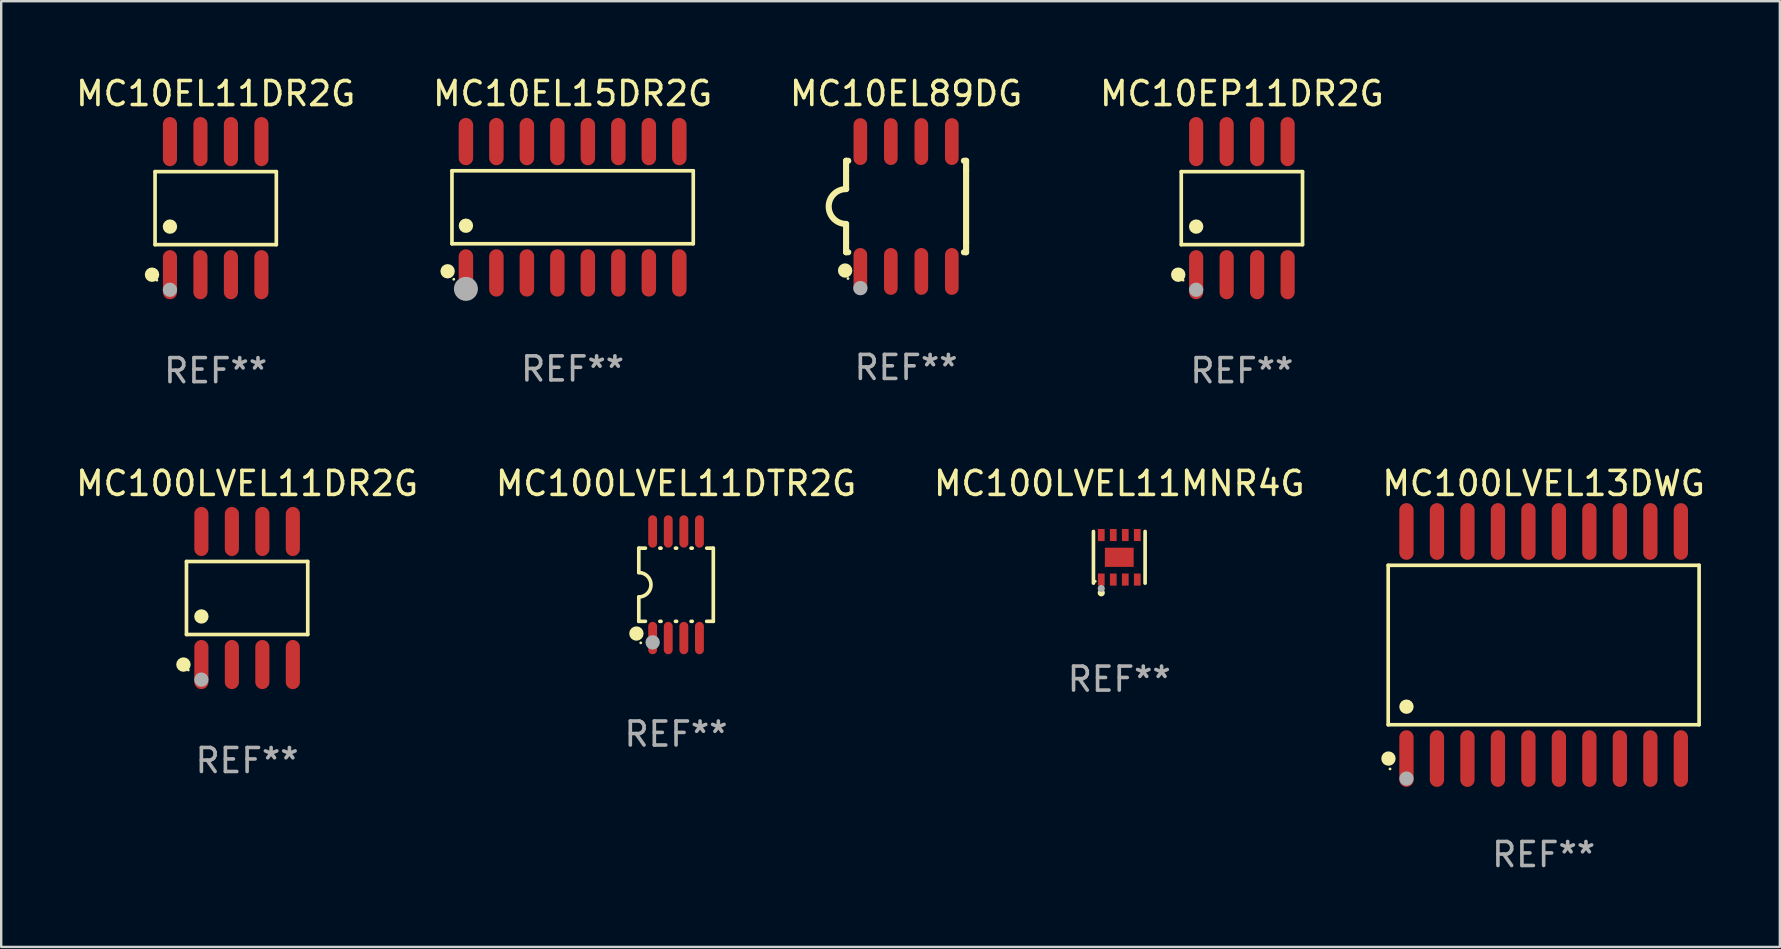
<source format=kicad_pcb>
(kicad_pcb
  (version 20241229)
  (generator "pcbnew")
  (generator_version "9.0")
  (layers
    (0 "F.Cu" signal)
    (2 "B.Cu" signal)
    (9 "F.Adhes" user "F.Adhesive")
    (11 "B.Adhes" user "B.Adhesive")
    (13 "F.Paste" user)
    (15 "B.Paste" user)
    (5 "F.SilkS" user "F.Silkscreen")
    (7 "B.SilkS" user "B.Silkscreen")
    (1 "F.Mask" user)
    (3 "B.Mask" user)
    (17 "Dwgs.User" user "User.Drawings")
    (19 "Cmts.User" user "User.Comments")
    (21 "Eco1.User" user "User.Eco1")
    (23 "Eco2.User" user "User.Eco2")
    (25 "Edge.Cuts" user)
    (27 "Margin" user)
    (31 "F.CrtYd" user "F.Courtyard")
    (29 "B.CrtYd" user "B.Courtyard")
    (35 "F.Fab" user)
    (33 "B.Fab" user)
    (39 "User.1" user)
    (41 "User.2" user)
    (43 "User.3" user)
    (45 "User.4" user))
  (footprint "MC10EP11DR2G"
    (layer "F.Cu")
    (at 48.685 5.621)
    (property "Reference" "MC10EP11DR2G" (at 0 -4.772 0) (layer "F.SilkS") (effects (font (size 1 1) (thickness 0.15))))
    (attr through_hole)
    (fp_line (start -2.526 -1.521) (end 2.526 -1.521) (stroke (width 0.152) (type solid)) (layer "F.SilkS"))
    (fp_line (start -2.526 1.521) (end -2.526 -1.521) (stroke (width 0.152) (type solid)) (layer "F.SilkS"))
    (fp_line (start 2.526 -1.521) (end 2.526 1.521) (stroke (width 0.152) (type solid)) (layer "F.SilkS"))
    (fp_line (start 2.526 1.521) (end -2.526 1.521) (stroke (width 0.152) (type solid)) (layer "F.SilkS"))
    (fp_circle (center -2.652 2.772) (end -2.501 2.772) (stroke (width 0.3) (type solid)) (fill no) (layer "F.SilkS"))
    (fp_circle (center -2.45 3) (end -2.42 3) (stroke (width 0.06) (type solid)) (fill no) (layer "F.SilkS"))
    (fp_circle (center -1.905 0.769) (end -1.755 0.769) (stroke (width 0.3) (type solid)) (fill no) (layer "F.SilkS"))
    (fp_circle (center -1.905 3.4) (end -1.755 3.4) (stroke (width 0.3) (type solid)) (fill no) (layer "F.Fab"))
    (fp_text user "REF**" (at 0 6.772 0) (layer "F.Fab") (effects (font (size 1 1) (thickness 0.15))))
    (pad "1" smd oval (at -1.905 2.772) (size 0.588 2.045) (layers "F.Cu" "F.Mask" "F.Paste"))
    (pad "2" smd oval (at -0.635 2.772) (size 0.588 2.045) (layers "F.Cu" "F.Mask" "F.Paste"))
    (pad "3" smd oval (at 0.635 2.772) (size 0.588 2.045) (layers "F.Cu" "F.Mask" "F.Paste"))
    (pad "4" smd oval (at 1.905 2.772) (size 0.588 2.045) (layers "F.Cu" "F.Mask" "F.Paste"))
    (pad "5" smd oval (at 1.905 -2.772) (size 0.588 2.045) (layers "F.Cu" "F.Mask" "F.Paste"))
    (pad "6" smd oval (at 0.635 -2.772) (size 0.588 2.045) (layers "F.Cu" "F.Mask" "F.Paste"))
    (pad "7" smd oval (at -0.635 -2.772) (size 0.588 2.045) (layers "F.Cu" "F.Mask" "F.Paste"))
    (pad "8" smd oval (at -1.905 -2.772) (size 0.588 2.045) (layers "F.Cu" "F.Mask" "F.Paste")))
  (footprint "MC10EL11DR2G"
    (layer "F.Cu")
    (at 5.935 5.621)
    (property "Reference" "MC10EL11DR2G" (at 0 -4.772 0) (layer "F.SilkS") (effects (font (size 1 1) (thickness 0.15))))
    (attr through_hole)
    (fp_line (start -2.526 -1.521) (end 2.526 -1.521) (stroke (width 0.152) (type solid)) (layer "F.SilkS"))
    (fp_line (start -2.526 1.521) (end -2.526 -1.521) (stroke (width 0.152) (type solid)) (layer "F.SilkS"))
    (fp_line (start 2.526 -1.521) (end 2.526 1.521) (stroke (width 0.152) (type solid)) (layer "F.SilkS"))
    (fp_line (start 2.526 1.521) (end -2.526 1.521) (stroke (width 0.152) (type solid)) (layer "F.SilkS"))
    (fp_circle (center -2.652 2.772) (end -2.501 2.772) (stroke (width 0.3) (type solid)) (fill no) (layer "F.SilkS"))
    (fp_circle (center -2.45 3) (end -2.42 3) (stroke (width 0.06) (type solid)) (fill no) (layer "F.SilkS"))
    (fp_circle (center -1.905 0.769) (end -1.755 0.769) (stroke (width 0.3) (type solid)) (fill no) (layer "F.SilkS"))
    (fp_circle (center -1.905 3.4) (end -1.755 3.4) (stroke (width 0.3) (type solid)) (fill no) (layer "F.Fab"))
    (fp_text user "REF**" (at 0 6.772 0) (layer "F.Fab") (effects (font (size 1 1) (thickness 0.15))))
    (pad "1" smd oval (at -1.905 2.772) (size 0.588 2.045) (layers "F.Cu" "F.Mask" "F.Paste"))
    (pad "2" smd oval (at -0.635 2.772) (size 0.588 2.045) (layers "F.Cu" "F.Mask" "F.Paste"))
    (pad "3" smd oval (at 0.635 2.772) (size 0.588 2.045) (layers "F.Cu" "F.Mask" "F.Paste"))
    (pad "4" smd oval (at 1.905 2.772) (size 0.588 2.045) (layers "F.Cu" "F.Mask" "F.Paste"))
    (pad "5" smd oval (at 1.905 -2.772) (size 0.588 2.045) (layers "F.Cu" "F.Mask" "F.Paste"))
    (pad "6" smd oval (at 0.635 -2.772) (size 0.588 2.045) (layers "F.Cu" "F.Mask" "F.Paste"))
    (pad "7" smd oval (at -0.635 -2.772) (size 0.588 2.045) (layers "F.Cu" "F.Mask" "F.Paste"))
    (pad "8" smd oval (at -1.905 -2.772) (size 0.588 2.045) (layers "F.Cu" "F.Mask" "F.Paste")))
  (footprint "MC10EL15DR2G"
    (layer "F.Cu")
    (at 20.804 5.584)
    (property "Reference" "MC10EL15DR2G" (at 0 -4.736 0) (layer "F.SilkS") (effects (font (size 1 1) (thickness 0.15))))
    (attr through_hole)
    (fp_line (start -5.026 -1.521) (end 5.026 -1.521) (stroke (width 0.152) (type solid)) (layer "F.SilkS"))
    (fp_line (start -5.026 1.521) (end -5.026 -1.521) (stroke (width 0.152) (type solid)) (layer "F.SilkS"))
    (fp_line (start 5.026 -1.521) (end 5.026 1.521) (stroke (width 0.152) (type solid)) (layer "F.SilkS"))
    (fp_line (start 5.026 1.521) (end -5.026 1.521) (stroke (width 0.152) (type solid)) (layer "F.SilkS"))
    (fp_circle (center -5.207 2.667) (end -5.057 2.667) (stroke (width 0.3) (type solid)) (fill no) (layer "F.SilkS"))
    (fp_circle (center -4.95 3) (end -4.92 3) (stroke (width 0.06) (type solid)) (fill no) (layer "F.SilkS"))
    (fp_circle (center -4.445 0.769) (end -4.295 0.769) (stroke (width 0.3) (type solid)) (fill no) (layer "F.SilkS"))
    (fp_circle (center -4.445 3.4) (end -4.195 3.4) (stroke (width 0.5) (type solid)) (fill no) (layer "F.Fab"))
    (fp_text user "REF**" (at 0 6.736 0) (layer "F.Fab") (effects (font (size 1 1) (thickness 0.15))))
    (pad "1" smd oval (at -4.445 2.736) (size 0.602 1.971) (layers "F.Cu" "F.Mask" "F.Paste"))
    (pad "2" smd oval (at -3.175 2.736) (size 0.602 1.971) (layers "F.Cu" "F.Mask" "F.Paste"))
    (pad "3" smd oval (at -1.905 2.736) (size 0.602 1.971) (layers "F.Cu" "F.Mask" "F.Paste"))
    (pad "4" smd oval (at -0.635 2.736) (size 0.602 1.971) (layers "F.Cu" "F.Mask" "F.Paste"))
    (pad "5" smd oval (at 0.635 2.736) (size 0.602 1.971) (layers "F.Cu" "F.Mask" "F.Paste"))
    (pad "6" smd oval (at 1.905 2.736) (size 0.602 1.971) (layers "F.Cu" "F.Mask" "F.Paste"))
    (pad "7" smd oval (at 3.175 2.736) (size 0.602 1.971) (layers "F.Cu" "F.Mask" "F.Paste"))
    (pad "8" smd oval (at 4.445 2.736) (size 0.602 1.971) (layers "F.Cu" "F.Mask" "F.Paste"))
    (pad "9" smd oval (at 4.445 -2.736) (size 0.602 1.971) (layers "F.Cu" "F.Mask" "F.Paste"))
    (pad "10" smd oval (at 3.175 -2.736) (size 0.602 1.971) (layers "F.Cu" "F.Mask" "F.Paste"))
    (pad "11" smd oval (at 1.905 -2.736) (size 0.602 1.971) (layers "F.Cu" "F.Mask" "F.Paste"))
    (pad "12" smd oval (at 0.635 -2.736) (size 0.602 1.971) (layers "F.Cu" "F.Mask" "F.Paste"))
    (pad "13" smd oval (at -0.635 -2.736) (size 0.602 1.971) (layers "F.Cu" "F.Mask" "F.Paste"))
    (pad "14" smd oval (at -1.905 -2.736) (size 0.602 1.971) (layers "F.Cu" "F.Mask" "F.Paste"))
    (pad "15" smd oval (at -3.175 -2.736) (size 0.602 1.971) (layers "F.Cu" "F.Mask" "F.Paste"))
    (pad "16" smd oval (at -4.445 -2.736) (size 0.602 1.971) (layers "F.Cu" "F.Mask" "F.Paste")))
  (footprint "MC100LVEL13DWG"
    (layer "F.Cu")
    (at 61.256 23.82)
    (property "Reference" "MC100LVEL13DWG" (at 0 -6.73 0) (layer "F.SilkS") (effects (font (size 1 1) (thickness 0.15))))
    (attr through_hole)
    (fp_line (start -6.476 -3.321) (end 6.476 -3.321) (stroke (width 0.152) (type solid)) (layer "F.SilkS"))
    (fp_line (start -6.476 3.321) (end -6.476 -3.321) (stroke (width 0.152) (type solid)) (layer "F.SilkS"))
    (fp_line (start 6.476 -3.321) (end 6.476 3.321) (stroke (width 0.152) (type solid)) (layer "F.SilkS"))
    (fp_line (start 6.476 3.321) (end -6.476 3.321) (stroke (width 0.152) (type solid)) (layer "F.SilkS"))
    (fp_circle (center -6.465 4.73) (end -6.315 4.73) (stroke (width 0.3) (type solid)) (fill no) (layer "F.SilkS"))
    (fp_circle (center -6.4 5.163) (end -6.37 5.163) (stroke (width 0.06) (type solid)) (fill no) (layer "F.SilkS"))
    (fp_circle (center -5.715 2.569) (end -5.565 2.569) (stroke (width 0.3) (type solid)) (fill no) (layer "F.SilkS"))
    (fp_circle (center -5.715 5.563) (end -5.565 5.563) (stroke (width 0.3) (type solid)) (fill no) (layer "F.Fab"))
    (fp_text user "REF**" (at 0 8.73 0) (layer "F.Fab") (effects (font (size 1 1) (thickness 0.15))))
    (pad "1" smd oval (at -5.715 4.73) (size 0.595 2.36) (layers "F.Cu" "F.Mask" "F.Paste"))
    (pad "2" smd oval (at -4.445 4.73) (size 0.595 2.36) (layers "F.Cu" "F.Mask" "F.Paste"))
    (pad "3" smd oval (at -3.175 4.73) (size 0.595 2.36) (layers "F.Cu" "F.Mask" "F.Paste"))
    (pad "4" smd oval (at -1.905 4.73) (size 0.595 2.36) (layers "F.Cu" "F.Mask" "F.Paste"))
    (pad "5" smd oval (at -0.635 4.73) (size 0.595 2.36) (layers "F.Cu" "F.Mask" "F.Paste"))
    (pad "6" smd oval (at 0.635 4.73) (size 0.595 2.36) (layers "F.Cu" "F.Mask" "F.Paste"))
    (pad "7" smd oval (at 1.905 4.73) (size 0.595 2.36) (layers "F.Cu" "F.Mask" "F.Paste"))
    (pad "8" smd oval (at 3.175 4.73) (size 0.595 2.36) (layers "F.Cu" "F.Mask" "F.Paste"))
    (pad "9" smd oval (at 4.445 4.73) (size 0.595 2.36) (layers "F.Cu" "F.Mask" "F.Paste"))
    (pad "10" smd oval (at 5.715 4.73) (size 0.595 2.36) (layers "F.Cu" "F.Mask" "F.Paste"))
    (pad "11" smd oval (at 5.715 -4.73) (size 0.595 2.36) (layers "F.Cu" "F.Mask" "F.Paste"))
    (pad "12" smd oval (at 4.445 -4.73) (size 0.595 2.36) (layers "F.Cu" "F.Mask" "F.Paste"))
    (pad "13" smd oval (at 3.175 -4.73) (size 0.595 2.36) (layers "F.Cu" "F.Mask" "F.Paste"))
    (pad "14" smd oval (at 1.905 -4.73) (size 0.595 2.36) (layers "F.Cu" "F.Mask" "F.Paste"))
    (pad "15" smd oval (at 0.635 -4.73) (size 0.595 2.36) (layers "F.Cu" "F.Mask" "F.Paste"))
    (pad "16" smd oval (at -0.635 -4.73) (size 0.595 2.36) (layers "F.Cu" "F.Mask" "F.Paste"))
    (pad "17" smd oval (at -1.905 -4.73) (size 0.595 2.36) (layers "F.Cu" "F.Mask" "F.Paste"))
    (pad "18" smd oval (at -3.175 -4.73) (size 0.595 2.36) (layers "F.Cu" "F.Mask" "F.Paste"))
    (pad "19" smd oval (at -4.445 -4.73) (size 0.595 2.36) (layers "F.Cu" "F.Mask" "F.Paste"))
    (pad "20" smd oval (at -5.715 -4.73) (size 0.595 2.36) (layers "F.Cu" "F.Mask" "F.Paste")))
  (footprint "MC100LVEL11MNR4G"
    (layer "F.Cu")
    (at 43.577 20.166)
    (property "Reference" "MC100LVEL11MNR4G" (at 0 -3.076 0) (layer "F.SilkS") (effects (font (size 1 1) (thickness 0.15))))
    (attr through_hole)
    (fp_line (start -1.076 1.076) (end -1.076 -1.076) (stroke (width 0.152) (type solid)) (layer "F.SilkS"))
    (fp_line (start 1.076 1.076) (end 1.076 -1.076) (stroke (width 0.152) (type solid)) (layer "F.SilkS"))
    (fp_circle (center -1 1) (end -0.97 1) (stroke (width 0.06) (type solid)) (fill no) (layer "F.SilkS"))
    (fp_circle (center -0.75 1.48) (end -0.675 1.48) (stroke (width 0.15) (type solid)) (fill no) (layer "F.SilkS"))
    (fp_circle (center -0.75 1.3) (end -0.675 1.3) (stroke (width 0.15) (type solid)) (fill no) (layer "F.Fab"))
    (fp_text user "REF**" (at 0 5.076 0) (layer "F.Fab") (effects (font (size 1 1) (thickness 0.15))))
    (pad "1" smd rect (at -0.75 0.928) (size 0.28 0.505) (layers "F.Cu" "F.Mask" "F.Paste"))
    (pad "2" smd rect (at -0.25 0.928) (size 0.28 0.505) (layers "F.Cu" "F.Mask" "F.Paste"))
    (pad "3" smd rect (at 0.25 0.928) (size 0.28 0.505) (layers "F.Cu" "F.Mask" "F.Paste"))
    (pad "4" smd rect (at 0.75 0.928) (size 0.28 0.505) (layers "F.Cu" "F.Mask" "F.Paste"))
    (pad "5" smd rect (at 0.75 -0.928) (size 0.28 0.505) (layers "F.Cu" "F.Mask" "F.Paste"))
    (pad "6" smd rect (at 0.25 -0.928) (size 0.28 0.505) (layers "F.Cu" "F.Mask" "F.Paste"))
    (pad "7" smd rect (at -0.25 -0.928) (size 0.28 0.505) (layers "F.Cu" "F.Mask" "F.Paste"))
    (pad "8" smd rect (at -0.75 -0.928) (size 0.28 0.505) (layers "F.Cu" "F.Mask" "F.Paste"))
    (pad "9" smd rect (at 0 0) (size 1.2 0.8) (layers "F.Cu" "F.Mask" "F.Paste")))
  (footprint "MC100LVEL11DR2G"
    (layer "F.Cu")
    (at 7.244 21.862)
    (property "Reference" "MC100LVEL11DR2G" (at 0 -4.772 0) (layer "F.SilkS") (effects (font (size 1 1) (thickness 0.15))))
    (attr through_hole)
    (fp_line (start -2.526 -1.521) (end 2.526 -1.521) (stroke (width 0.152) (type solid)) (layer "F.SilkS"))
    (fp_line (start -2.526 1.521) (end -2.526 -1.521) (stroke (width 0.152) (type solid)) (layer "F.SilkS"))
    (fp_line (start 2.526 -1.521) (end 2.526 1.521) (stroke (width 0.152) (type solid)) (layer "F.SilkS"))
    (fp_line (start 2.526 1.521) (end -2.526 1.521) (stroke (width 0.152) (type solid)) (layer "F.SilkS"))
    (fp_circle (center -2.652 2.772) (end -2.501 2.772) (stroke (width 0.3) (type solid)) (fill no) (layer "F.SilkS"))
    (fp_circle (center -2.45 3) (end -2.42 3) (stroke (width 0.06) (type solid)) (fill no) (layer "F.SilkS"))
    (fp_circle (center -1.905 0.769) (end -1.755 0.769) (stroke (width 0.3) (type solid)) (fill no) (layer "F.SilkS"))
    (fp_circle (center -1.905 3.4) (end -1.755 3.4) (stroke (width 0.3) (type solid)) (fill no) (layer "F.Fab"))
    (fp_text user "REF**" (at 0 6.772 0) (layer "F.Fab") (effects (font (size 1 1) (thickness 0.15))))
    (pad "1" smd oval (at -1.905 2.772) (size 0.588 2.045) (layers "F.Cu" "F.Mask" "F.Paste"))
    (pad "2" smd oval (at -0.635 2.772) (size 0.588 2.045) (layers "F.Cu" "F.Mask" "F.Paste"))
    (pad "3" smd oval (at 0.635 2.772) (size 0.588 2.045) (layers "F.Cu" "F.Mask" "F.Paste"))
    (pad "4" smd oval (at 1.905 2.772) (size 0.588 2.045) (layers "F.Cu" "F.Mask" "F.Paste"))
    (pad "5" smd oval (at 1.905 -2.772) (size 0.588 2.045) (layers "F.Cu" "F.Mask" "F.Paste"))
    (pad "6" smd oval (at 0.635 -2.772) (size 0.588 2.045) (layers "F.Cu" "F.Mask" "F.Paste"))
    (pad "7" smd oval (at -0.635 -2.772) (size 0.588 2.045) (layers "F.Cu" "F.Mask" "F.Paste"))
    (pad "8" smd oval (at -1.905 -2.772) (size 0.588 2.045) (layers "F.Cu" "F.Mask" "F.Paste")))
  (footprint "MC100LVEL11DTR2G"
    (layer "F.Cu")
    (at 25.113 21.31)
    (property "Reference" "MC100LVEL11DTR2G" (at 0 -4.22 0) (layer "F.SilkS") (effects (font (size 1 1) (thickness 0.15))))
    (attr through_hole)
    (fp_line (start -1.552 -1.524) (end -1.276 -1.524) (stroke (width 0.152) (type solid)) (layer "F.SilkS"))
    (fp_line (start -1.552 -0.508) (end -1.552 -1.524) (stroke (width 0.152) (type solid)) (layer "F.SilkS"))
    (fp_line (start -1.552 1.524) (end -1.552 0.508) (stroke (width 0.152) (type solid)) (layer "F.SilkS"))
    (fp_line (start -1.552 1.524) (end -1.276 1.524) (stroke (width 0.152) (type solid)) (layer "F.SilkS"))
    (fp_line (start -0.674 -1.524) (end -0.626 -1.524) (stroke (width 0.152) (type solid)) (layer "F.SilkS"))
    (fp_line (start -0.674 1.524) (end -0.626 1.524) (stroke (width 0.152) (type solid)) (layer "F.SilkS"))
    (fp_line (start -0.024 -1.524) (end 0.024 -1.524) (stroke (width 0.152) (type solid)) (layer "F.SilkS"))
    (fp_line (start -0.024 1.524) (end 0.024 1.524) (stroke (width 0.152) (type solid)) (layer "F.SilkS"))
    (fp_line (start 0.626 -1.524) (end 0.674 -1.524) (stroke (width 0.152) (type solid)) (layer "F.SilkS"))
    (fp_line (start 0.626 1.524) (end 0.674 1.524) (stroke (width 0.152) (type solid)) (layer "F.SilkS"))
    (fp_line (start 1.276 1.524) (end 1.552 1.524) (stroke (width 0.152) (type solid)) (layer "F.SilkS"))
    (fp_line (start 1.276 -1.524) (end 1.552 -1.524) (stroke (width 0.152) (type solid)) (layer "F.SilkS"))
    (fp_line (start 1.552 -1.524) (end 1.552 1.524) (stroke (width 0.152) (type solid)) (layer "F.SilkS"))
    (fp_arc (start -1.551943 -0.508001) (mid -1.043942 0) (end -1.551943 0.508001) (stroke (width 0.151994) (type solid)) (layer "F.SilkS"))
    (fp_circle (center -1.651 2.032) (end -1.501 2.032) (stroke (width 0.3) (type solid)) (fill no) (layer "F.SilkS"))
    (fp_circle (center -1.47 2.42) (end -1.44 2.42) (stroke (width 0.06) (type solid)) (fill no) (layer "F.SilkS"))
    (fp_circle (center -0.975 2.4) (end -0.825 2.4) (stroke (width 0.3) (type solid)) (fill no) (layer "F.Fab"))
    (fp_text user "REF**" (at 0 6.22 0) (layer "F.Fab") (effects (font (size 1 1) (thickness 0.15))))
    (pad "1" smd oval (at -0.975 2.22) (size 0.37 1.35) (layers "F.Cu" "F.Mask" "F.Paste"))
    (pad "2" smd oval (at -0.325 2.22) (size 0.37 1.35) (layers "F.Cu" "F.Mask" "F.Paste"))
    (pad "3" smd oval (at 0.325 2.22) (size 0.37 1.35) (layers "F.Cu" "F.Mask" "F.Paste"))
    (pad "4" smd oval (at 0.975 2.22) (size 0.37 1.35) (layers "F.Cu" "F.Mask" "F.Paste"))
    (pad "5" smd oval (at 0.975 -2.22) (size 0.37 1.35) (layers "F.Cu" "F.Mask" "F.Paste"))
    (pad "6" smd oval (at 0.325 -2.22) (size 0.37 1.35) (layers "F.Cu" "F.Mask" "F.Paste"))
    (pad "7" smd oval (at -0.325 -2.22) (size 0.37 1.35) (layers "F.Cu" "F.Mask" "F.Paste"))
    (pad "8" smd oval (at -0.975 -2.22) (size 0.37 1.35) (layers "F.Cu" "F.Mask" "F.Paste")))
  (footprint "MC10EL89DG"
    (layer "F.Cu")
    (at 34.696 5.553)
    (property "Reference" "MC10EL89DG" (at 0 -4.705 0) (layer "F.SilkS") (effects (font (size 1 1) (thickness 0.15))))
    (attr through_hole)
    (fp_line (start -2.5 -1.905) (end -2.409 -1.905) (stroke (width 0.254) (type solid)) (layer "F.SilkS"))
    (fp_line (start -2.5 -1.5) (end -2.5 -1.905) (stroke (width 0.254) (type solid)) (layer "F.SilkS"))
    (fp_line (start -2.5 -1.5) (end -2.5 -0.726) (stroke (width 0.254) (type solid)) (layer "F.SilkS"))
    (fp_line (start -2.5 1.5) (end -2.5 0.727) (stroke (width 0.254) (type solid)) (layer "F.SilkS"))
    (fp_line (start -2.5 1.5) (end -2.5 1.905) (stroke (width 0.254) (type solid)) (layer "F.SilkS"))
    (fp_line (start -2.5 1.905) (end -2.409 1.905) (stroke (width 0.254) (type solid)) (layer "F.SilkS"))
    (fp_line (start 2.5 -1.905) (end 2.409 -1.905) (stroke (width 0.254) (type solid)) (layer "F.SilkS"))
    (fp_line (start 2.5 -1.5) (end 2.5 -1.905) (stroke (width 0.254) (type solid)) (layer "F.SilkS"))
    (fp_line (start 2.5 -1.5) (end 2.5 1.5) (stroke (width 0.254) (type solid)) (layer "F.SilkS"))
    (fp_line (start 2.5 1.5) (end 2.5 1.905) (stroke (width 0.254) (type solid)) (layer "F.SilkS"))
    (fp_line (start 2.5 1.905) (end 2.409 1.905) (stroke (width 0.254) (type solid)) (layer "F.SilkS"))
    (fp_arc (start -2.5 0.726568) (mid -3.220316 -0.0023) (end -2.495097 -0.726289) (stroke (width 0.254001) (type solid)) (layer "F.SilkS"))
    (fp_circle (center -2.54 2.667) (end -2.39 2.667) (stroke (width 0.3) (type solid)) (fill no) (layer "F.SilkS"))
    (fp_circle (center -2.42 3) (end -2.39 3) (stroke (width 0.06) (type solid)) (fill no) (layer "F.SilkS"))
    (fp_circle (center -1.905 3.4) (end -1.755 3.4) (stroke (width 0.3) (type solid)) (fill no) (layer "F.Fab"))
    (fp_text user "REF**" (at 0 6.705 0) (layer "F.Fab") (effects (font (size 1 1) (thickness 0.15))))
    (pad "1" smd oval (at -1.905 2.705) (size 0.568 1.95) (layers "F.Cu" "F.Mask" "F.Paste"))
    (pad "2" smd oval (at -0.635 2.705) (size 0.568 1.95) (layers "F.Cu" "F.Mask" "F.Paste"))
    (pad "3" smd oval (at 0.635 2.705) (size 0.568 1.95) (layers "F.Cu" "F.Mask" "F.Paste"))
    (pad "4" smd oval (at 1.905 2.705) (size 0.568 1.95) (layers "F.Cu" "F.Mask" "F.Paste"))
    (pad "5" smd oval (at 1.905 -2.705) (size 0.568 1.95) (layers "F.Cu" "F.Mask" "F.Paste"))
    (pad "6" smd oval (at 0.635 -2.705) (size 0.568 1.95) (layers "F.Cu" "F.Mask" "F.Paste"))
    (pad "7" smd oval (at -0.635 -2.705) (size 0.568 1.95) (layers "F.Cu" "F.Mask" "F.Paste"))
    (pad "8" smd oval (at -1.905 -2.705) (size 0.568 1.95) (layers "F.Cu" "F.Mask" "F.Paste")))
  (gr_rect
    (start -3 -3)
    (end 71.095 36.398)
    (stroke (width 0.1) (type default))
    (fill no)
    (layer "Edge.Cuts")))
</source>
